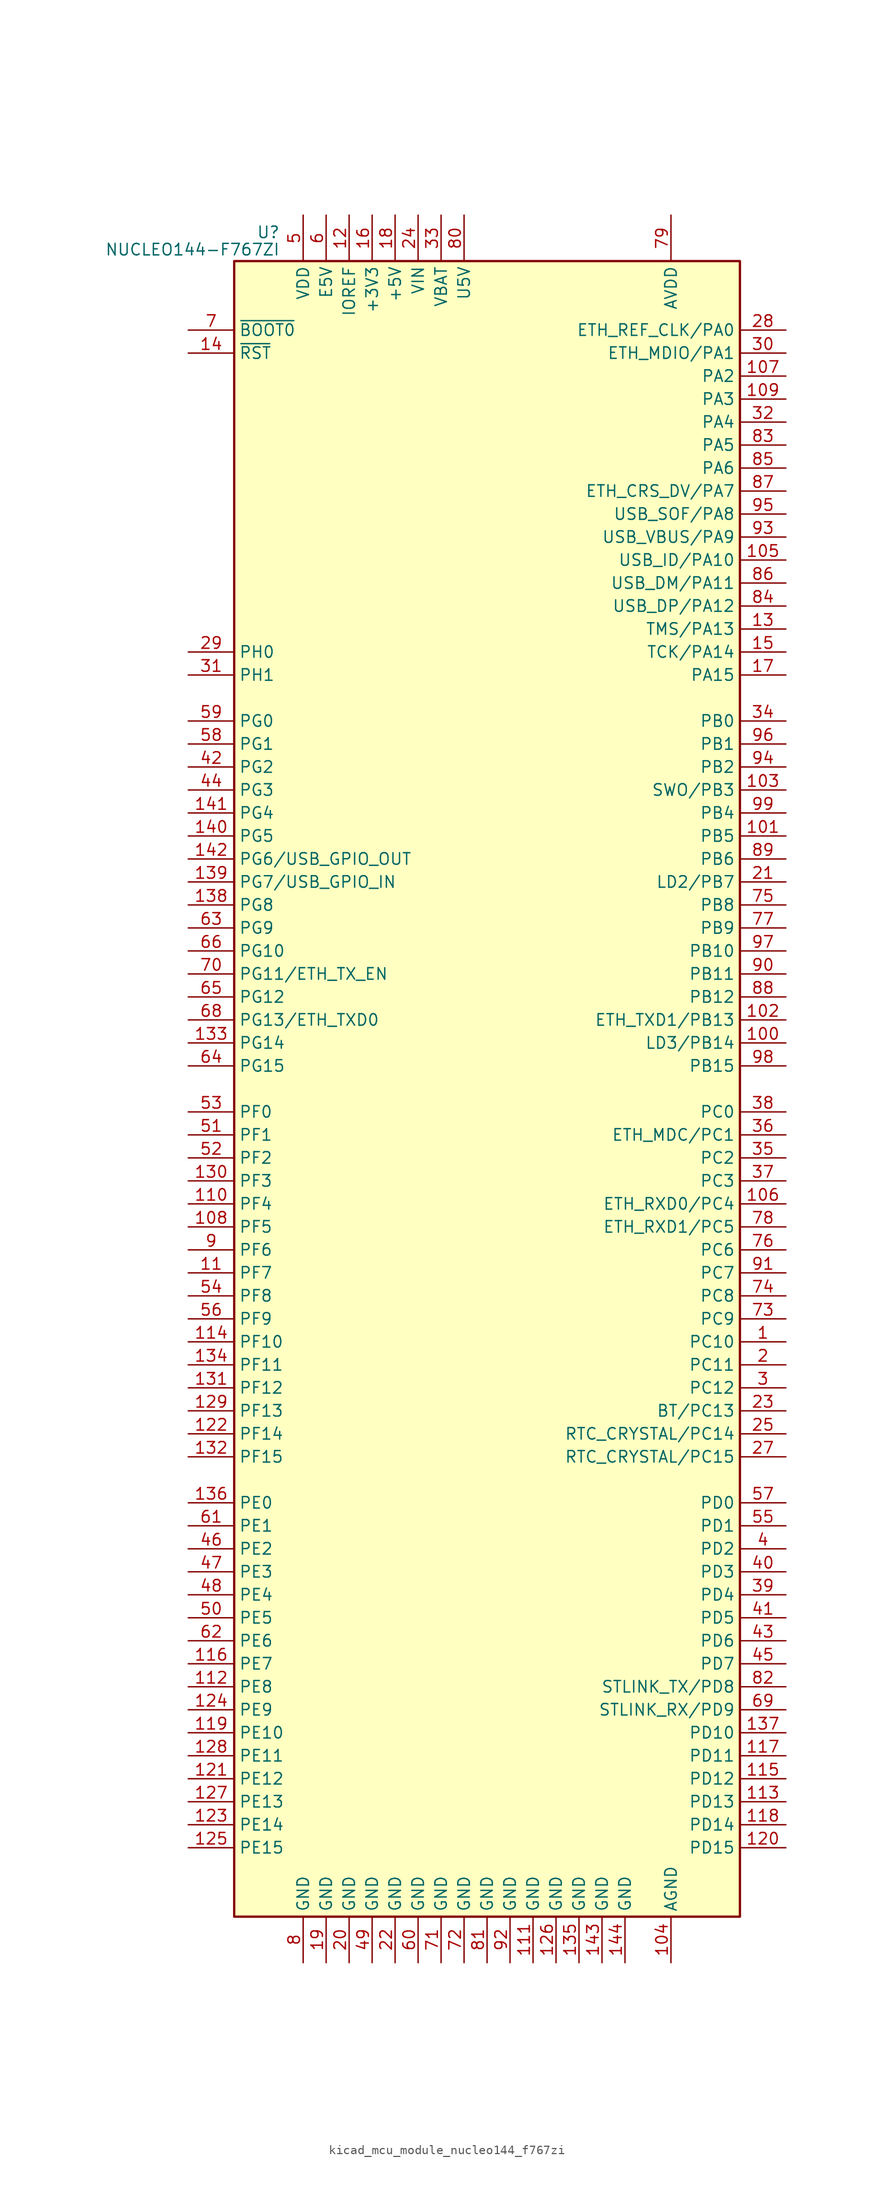
<source format=kicad_sym>
(kicad_symbol_lib
  (version 20220914)
  (generator kicad_symbol_editor)
  (symbol "kicad_mcu_module_nucleo144_f767zi"
    (property "Reference" "U"
      (at -22.86 94.615 0)
      (effects (font (size 1.27 1.27)) (justify right)))
    (property "Value" "NUCLEO144-F767ZI"
      (at -22.86 92.71 0)
      (effects (font (size 1.27 1.27)) (justify right)))
    (symbol "kicad_mcu_module_nucleo144_f767zi_0_1"
      (rectangle (start -27.94 -91.44) (end 27.94 91.44) (stroke (width 0.254) (type default)) (fill (type background))))
    (symbol "kicad_mcu_module_nucleo144_f767zi_1_1"
      (pin bidirectional line (at 33.02 -27.94 180) (length 5.08) (name "PC10" (effects (font (size 1.27 1.27)))) (number "1" (effects (font (size 1.27 1.27)))))
      (pin no_connect line (at -27.94 55.88 0) (length 5.08) hide (name "NC" (effects (font (size 1.27 1.27)))) (number "10" (effects (font (size 1.27 1.27)))))
      (pin bidirectional line (at 33.02 5.08 180) (length 5.08) (name "LD3/PB14" (effects (font (size 1.27 1.27)))) (number "100" (effects (font (size 1.27 1.27)))))
      (pin bidirectional line (at 33.02 27.94 180) (length 5.08) (name "PB5" (effects (font (size 1.27 1.27)))) (number "101" (effects (font (size 1.27 1.27)))))
      (pin bidirectional line (at 33.02 7.62 180) (length 5.08) (name "ETH_TXD1/PB13" (effects (font (size 1.27 1.27)))) (number "102" (effects (font (size 1.27 1.27)))))
      (pin bidirectional line (at 33.02 33.02 180) (length 5.08) (name "SWO/PB3" (effects (font (size 1.27 1.27)))) (number "103" (effects (font (size 1.27 1.27)))))
      (pin power_in line (at 20.32 -96.52 90) (length 5.08) (name "AGND" (effects (font (size 1.27 1.27)))) (number "104" (effects (font (size 1.27 1.27)))))
      (pin bidirectional line (at 33.02 58.42 180) (length 5.08) (name "USB_ID/PA10" (effects (font (size 1.27 1.27)))) (number "105" (effects (font (size 1.27 1.27)))))
      (pin bidirectional line (at 33.02 -12.7 180) (length 5.08) (name "ETH_RXD0/PC4" (effects (font (size 1.27 1.27)))) (number "106" (effects (font (size 1.27 1.27)))))
      (pin bidirectional line (at 33.02 78.74 180) (length 5.08) (name "PA2" (effects (font (size 1.27 1.27)))) (number "107" (effects (font (size 1.27 1.27)))))
      (pin bidirectional line (at -33.02 -15.24 0) (length 5.08) (name "PF5" (effects (font (size 1.27 1.27)))) (number "108" (effects (font (size 1.27 1.27)))))
      (pin bidirectional line (at 33.02 76.2 180) (length 5.08) (name "PA3" (effects (font (size 1.27 1.27)))) (number "109" (effects (font (size 1.27 1.27)))))
      (pin bidirectional line (at -33.02 -20.32 0) (length 5.08) (name "PF7" (effects (font (size 1.27 1.27)))) (number "11" (effects (font (size 1.27 1.27)))))
      (pin bidirectional line (at -33.02 -12.7 0) (length 5.08) (name "PF4" (effects (font (size 1.27 1.27)))) (number "110" (effects (font (size 1.27 1.27)))))
      (pin power_in line (at 5.08 -96.52 90) (length 5.08) (name "GND" (effects (font (size 1.27 1.27)))) (number "111" (effects (font (size 1.27 1.27)))))
      (pin bidirectional line (at -33.02 -66.04 0) (length 5.08) (name "PE8" (effects (font (size 1.27 1.27)))) (number "112" (effects (font (size 1.27 1.27)))))
      (pin bidirectional line (at 33.02 -78.74 180) (length 5.08) (name "PD13" (effects (font (size 1.27 1.27)))) (number "113" (effects (font (size 1.27 1.27)))))
      (pin bidirectional line (at -33.02 -27.94 0) (length 5.08) (name "PF10" (effects (font (size 1.27 1.27)))) (number "114" (effects (font (size 1.27 1.27)))))
      (pin bidirectional line (at 33.02 -76.2 180) (length 5.08) (name "PD12" (effects (font (size 1.27 1.27)))) (number "115" (effects (font (size 1.27 1.27)))))
      (pin bidirectional line (at -33.02 -63.5 0) (length 5.08) (name "PE7" (effects (font (size 1.27 1.27)))) (number "116" (effects (font (size 1.27 1.27)))))
      (pin bidirectional line (at 33.02 -73.66 180) (length 5.08) (name "PD11" (effects (font (size 1.27 1.27)))) (number "117" (effects (font (size 1.27 1.27)))))
      (pin bidirectional line (at 33.02 -81.28 180) (length 5.08) (name "PD14" (effects (font (size 1.27 1.27)))) (number "118" (effects (font (size 1.27 1.27)))))
      (pin bidirectional line (at -33.02 -71.12 0) (length 5.08) (name "PE10" (effects (font (size 1.27 1.27)))) (number "119" (effects (font (size 1.27 1.27)))))
      (pin power_in line (at -15.24 96.52 270) (length 5.08) (name "IOREF" (effects (font (size 1.27 1.27)))) (number "12" (effects (font (size 1.27 1.27)))))
      (pin bidirectional line (at 33.02 -83.82 180) (length 5.08) (name "PD15" (effects (font (size 1.27 1.27)))) (number "120" (effects (font (size 1.27 1.27)))))
      (pin bidirectional line (at -33.02 -76.2 0) (length 5.08) (name "PE12" (effects (font (size 1.27 1.27)))) (number "121" (effects (font (size 1.27 1.27)))))
      (pin bidirectional line (at -33.02 -38.1 0) (length 5.08) (name "PF14" (effects (font (size 1.27 1.27)))) (number "122" (effects (font (size 1.27 1.27)))))
      (pin bidirectional line (at -33.02 -81.28 0) (length 5.08) (name "PE14" (effects (font (size 1.27 1.27)))) (number "123" (effects (font (size 1.27 1.27)))))
      (pin bidirectional line (at -33.02 -68.58 0) (length 5.08) (name "PE9" (effects (font (size 1.27 1.27)))) (number "124" (effects (font (size 1.27 1.27)))))
      (pin bidirectional line (at -33.02 -83.82 0) (length 5.08) (name "PE15" (effects (font (size 1.27 1.27)))) (number "125" (effects (font (size 1.27 1.27)))))
      (pin power_in line (at 7.62 -96.52 90) (length 5.08) (name "GND" (effects (font (size 1.27 1.27)))) (number "126" (effects (font (size 1.27 1.27)))))
      (pin bidirectional line (at -33.02 -78.74 0) (length 5.08) (name "PE13" (effects (font (size 1.27 1.27)))) (number "127" (effects (font (size 1.27 1.27)))))
      (pin bidirectional line (at -33.02 -73.66 0) (length 5.08) (name "PE11" (effects (font (size 1.27 1.27)))) (number "128" (effects (font (size 1.27 1.27)))))
      (pin bidirectional line (at -33.02 -35.56 0) (length 5.08) (name "PF13" (effects (font (size 1.27 1.27)))) (number "129" (effects (font (size 1.27 1.27)))))
      (pin bidirectional line (at 33.02 50.8 180) (length 5.08) (name "TMS/PA13" (effects (font (size 1.27 1.27)))) (number "13" (effects (font (size 1.27 1.27)))))
      (pin bidirectional line (at -33.02 -10.16 0) (length 5.08) (name "PF3" (effects (font (size 1.27 1.27)))) (number "130" (effects (font (size 1.27 1.27)))))
      (pin bidirectional line (at -33.02 -33.02 0) (length 5.08) (name "PF12" (effects (font (size 1.27 1.27)))) (number "131" (effects (font (size 1.27 1.27)))))
      (pin bidirectional line (at -33.02 -40.64 0) (length 5.08) (name "PF15" (effects (font (size 1.27 1.27)))) (number "132" (effects (font (size 1.27 1.27)))))
      (pin bidirectional line (at -33.02 5.08 0) (length 5.08) (name "PG14" (effects (font (size 1.27 1.27)))) (number "133" (effects (font (size 1.27 1.27)))))
      (pin bidirectional line (at -33.02 -30.48 0) (length 5.08) (name "PF11" (effects (font (size 1.27 1.27)))) (number "134" (effects (font (size 1.27 1.27)))))
      (pin power_in line (at 10.16 -96.52 90) (length 5.08) (name "GND" (effects (font (size 1.27 1.27)))) (number "135" (effects (font (size 1.27 1.27)))))
      (pin bidirectional line (at -33.02 -45.72 0) (length 5.08) (name "PE0" (effects (font (size 1.27 1.27)))) (number "136" (effects (font (size 1.27 1.27)))))
      (pin bidirectional line (at 33.02 -71.12 180) (length 5.08) (name "PD10" (effects (font (size 1.27 1.27)))) (number "137" (effects (font (size 1.27 1.27)))))
      (pin bidirectional line (at -33.02 20.32 0) (length 5.08) (name "PG8" (effects (font (size 1.27 1.27)))) (number "138" (effects (font (size 1.27 1.27)))))
      (pin bidirectional line (at -33.02 22.86 0) (length 5.08) (name "PG7/USB_GPIO_IN" (effects (font (size 1.27 1.27)))) (number "139" (effects (font (size 1.27 1.27)))))
      (pin input line (at -33.02 81.28 0) (length 5.08) (name "~{RST}" (effects (font (size 1.27 1.27)))) (number "14" (effects (font (size 1.27 1.27)))))
      (pin bidirectional line (at -33.02 27.94 0) (length 5.08) (name "PG5" (effects (font (size 1.27 1.27)))) (number "140" (effects (font (size 1.27 1.27)))))
      (pin bidirectional line (at -33.02 30.48 0) (length 5.08) (name "PG4" (effects (font (size 1.27 1.27)))) (number "141" (effects (font (size 1.27 1.27)))))
      (pin bidirectional line (at -33.02 25.4 0) (length 5.08) (name "PG6/USB_GPIO_OUT" (effects (font (size 1.27 1.27)))) (number "142" (effects (font (size 1.27 1.27)))))
      (pin power_in line (at 12.7 -96.52 90) (length 5.08) (name "GND" (effects (font (size 1.27 1.27)))) (number "143" (effects (font (size 1.27 1.27)))))
      (pin power_in line (at 15.24 -96.52 90) (length 5.08) (name "GND" (effects (font (size 1.27 1.27)))) (number "144" (effects (font (size 1.27 1.27)))))
      (pin bidirectional line (at 33.02 48.26 180) (length 5.08) (name "TCK/PA14" (effects (font (size 1.27 1.27)))) (number "15" (effects (font (size 1.27 1.27)))))
      (pin power_in line (at -12.7 96.52 270) (length 5.08) (name "+3V3" (effects (font (size 1.27 1.27)))) (number "16" (effects (font (size 1.27 1.27)))))
      (pin bidirectional line (at 33.02 45.72 180) (length 5.08) (name "PA15" (effects (font (size 1.27 1.27)))) (number "17" (effects (font (size 1.27 1.27)))))
      (pin power_in line (at -10.16 96.52 270) (length 5.08) (name "+5V" (effects (font (size 1.27 1.27)))) (number "18" (effects (font (size 1.27 1.27)))))
      (pin power_in line (at -17.78 -96.52 90) (length 5.08) (name "GND" (effects (font (size 1.27 1.27)))) (number "19" (effects (font (size 1.27 1.27)))))
      (pin bidirectional line (at 33.02 -30.48 180) (length 5.08) (name "PC11" (effects (font (size 1.27 1.27)))) (number "2" (effects (font (size 1.27 1.27)))))
      (pin power_in line (at -15.24 -96.52 90) (length 5.08) (name "GND" (effects (font (size 1.27 1.27)))) (number "20" (effects (font (size 1.27 1.27)))))
      (pin bidirectional line (at 33.02 22.86 180) (length 5.08) (name "LD2/PB7" (effects (font (size 1.27 1.27)))) (number "21" (effects (font (size 1.27 1.27)))))
      (pin power_in line (at -10.16 -96.52 90) (length 5.08) (name "GND" (effects (font (size 1.27 1.27)))) (number "22" (effects (font (size 1.27 1.27)))))
      (pin bidirectional line (at 33.02 -35.56 180) (length 5.08) (name "BT/PC13" (effects (font (size 1.27 1.27)))) (number "23" (effects (font (size 1.27 1.27)))))
      (pin power_in line (at -7.62 96.52 270) (length 5.08) (name "VIN" (effects (font (size 1.27 1.27)))) (number "24" (effects (font (size 1.27 1.27)))))
      (pin bidirectional line (at 33.02 -38.1 180) (length 5.08) (name "RTC_CRYSTAL/PC14" (effects (font (size 1.27 1.27)))) (number "25" (effects (font (size 1.27 1.27)))))
      (pin no_connect line (at -27.94 58.42 0) (length 5.08) hide (name "NC" (effects (font (size 1.27 1.27)))) (number "26" (effects (font (size 1.27 1.27)))))
      (pin bidirectional line (at 33.02 -40.64 180) (length 5.08) (name "RTC_CRYSTAL/PC15" (effects (font (size 1.27 1.27)))) (number "27" (effects (font (size 1.27 1.27)))))
      (pin bidirectional line (at 33.02 83.82 180) (length 5.08) (name "ETH_REF_CLK/PA0" (effects (font (size 1.27 1.27)))) (number "28" (effects (font (size 1.27 1.27)))))
      (pin bidirectional line (at -33.02 48.26 0) (length 5.08) (name "PH0" (effects (font (size 1.27 1.27)))) (number "29" (effects (font (size 1.27 1.27)))))
      (pin bidirectional line (at 33.02 -33.02 180) (length 5.08) (name "PC12" (effects (font (size 1.27 1.27)))) (number "3" (effects (font (size 1.27 1.27)))))
      (pin bidirectional line (at 33.02 81.28 180) (length 5.08) (name "ETH_MDIO/PA1" (effects (font (size 1.27 1.27)))) (number "30" (effects (font (size 1.27 1.27)))))
      (pin bidirectional line (at -33.02 45.72 0) (length 5.08) (name "PH1" (effects (font (size 1.27 1.27)))) (number "31" (effects (font (size 1.27 1.27)))))
      (pin bidirectional line (at 33.02 73.66 180) (length 5.08) (name "PA4" (effects (font (size 1.27 1.27)))) (number "32" (effects (font (size 1.27 1.27)))))
      (pin power_in line (at -5.08 96.52 270) (length 5.08) (name "VBAT" (effects (font (size 1.27 1.27)))) (number "33" (effects (font (size 1.27 1.27)))))
      (pin bidirectional line (at 33.02 40.64 180) (length 5.08) (name "PB0" (effects (font (size 1.27 1.27)))) (number "34" (effects (font (size 1.27 1.27)))))
      (pin bidirectional line (at 33.02 -7.62 180) (length 5.08) (name "PC2" (effects (font (size 1.27 1.27)))) (number "35" (effects (font (size 1.27 1.27)))))
      (pin bidirectional line (at 33.02 -5.08 180) (length 5.08) (name "ETH_MDC/PC1" (effects (font (size 1.27 1.27)))) (number "36" (effects (font (size 1.27 1.27)))))
      (pin bidirectional line (at 33.02 -10.16 180) (length 5.08) (name "PC3" (effects (font (size 1.27 1.27)))) (number "37" (effects (font (size 1.27 1.27)))))
      (pin bidirectional line (at 33.02 -2.54 180) (length 5.08) (name "PC0" (effects (font (size 1.27 1.27)))) (number "38" (effects (font (size 1.27 1.27)))))
      (pin bidirectional line (at 33.02 -55.88 180) (length 5.08) (name "PD4" (effects (font (size 1.27 1.27)))) (number "39" (effects (font (size 1.27 1.27)))))
      (pin bidirectional line (at 33.02 -50.8 180) (length 5.08) (name "PD2" (effects (font (size 1.27 1.27)))) (number "4" (effects (font (size 1.27 1.27)))))
      (pin bidirectional line (at 33.02 -53.34 180) (length 5.08) (name "PD3" (effects (font (size 1.27 1.27)))) (number "40" (effects (font (size 1.27 1.27)))))
      (pin bidirectional line (at 33.02 -58.42 180) (length 5.08) (name "PD5" (effects (font (size 1.27 1.27)))) (number "41" (effects (font (size 1.27 1.27)))))
      (pin bidirectional line (at -33.02 35.56 0) (length 5.08) (name "PG2" (effects (font (size 1.27 1.27)))) (number "42" (effects (font (size 1.27 1.27)))))
      (pin bidirectional line (at 33.02 -60.96 180) (length 5.08) (name "PD6" (effects (font (size 1.27 1.27)))) (number "43" (effects (font (size 1.27 1.27)))))
      (pin bidirectional line (at -33.02 33.02 0) (length 5.08) (name "PG3" (effects (font (size 1.27 1.27)))) (number "44" (effects (font (size 1.27 1.27)))))
      (pin bidirectional line (at 33.02 -63.5 180) (length 5.08) (name "PD7" (effects (font (size 1.27 1.27)))) (number "45" (effects (font (size 1.27 1.27)))))
      (pin bidirectional line (at -33.02 -50.8 0) (length 5.08) (name "PE2" (effects (font (size 1.27 1.27)))) (number "46" (effects (font (size 1.27 1.27)))))
      (pin bidirectional line (at -33.02 -53.34 0) (length 5.08) (name "PE3" (effects (font (size 1.27 1.27)))) (number "47" (effects (font (size 1.27 1.27)))))
      (pin bidirectional line (at -33.02 -55.88 0) (length 5.08) (name "PE4" (effects (font (size 1.27 1.27)))) (number "48" (effects (font (size 1.27 1.27)))))
      (pin power_in line (at -12.7 -96.52 90) (length 5.08) (name "GND" (effects (font (size 1.27 1.27)))) (number "49" (effects (font (size 1.27 1.27)))))
      (pin power_in line (at -20.32 96.52 270) (length 5.08) (name "VDD" (effects (font (size 1.27 1.27)))) (number "5" (effects (font (size 1.27 1.27)))))
      (pin bidirectional line (at -33.02 -58.42 0) (length 5.08) (name "PE5" (effects (font (size 1.27 1.27)))) (number "50" (effects (font (size 1.27 1.27)))))
      (pin bidirectional line (at -33.02 -5.08 0) (length 5.08) (name "PF1" (effects (font (size 1.27 1.27)))) (number "51" (effects (font (size 1.27 1.27)))))
      (pin bidirectional line (at -33.02 -7.62 0) (length 5.08) (name "PF2" (effects (font (size 1.27 1.27)))) (number "52" (effects (font (size 1.27 1.27)))))
      (pin bidirectional line (at -33.02 -2.54 0) (length 5.08) (name "PF0" (effects (font (size 1.27 1.27)))) (number "53" (effects (font (size 1.27 1.27)))))
      (pin bidirectional line (at -33.02 -22.86 0) (length 5.08) (name "PF8" (effects (font (size 1.27 1.27)))) (number "54" (effects (font (size 1.27 1.27)))))
      (pin bidirectional line (at 33.02 -48.26 180) (length 5.08) (name "PD1" (effects (font (size 1.27 1.27)))) (number "55" (effects (font (size 1.27 1.27)))))
      (pin bidirectional line (at -33.02 -25.4 0) (length 5.08) (name "PF9" (effects (font (size 1.27 1.27)))) (number "56" (effects (font (size 1.27 1.27)))))
      (pin bidirectional line (at 33.02 -45.72 180) (length 5.08) (name "PD0" (effects (font (size 1.27 1.27)))) (number "57" (effects (font (size 1.27 1.27)))))
      (pin bidirectional line (at -33.02 38.1 0) (length 5.08) (name "PG1" (effects (font (size 1.27 1.27)))) (number "58" (effects (font (size 1.27 1.27)))))
      (pin bidirectional line (at -33.02 40.64 0) (length 5.08) (name "PG0" (effects (font (size 1.27 1.27)))) (number "59" (effects (font (size 1.27 1.27)))))
      (pin power_in line (at -17.78 96.52 270) (length 5.08) (name "E5V" (effects (font (size 1.27 1.27)))) (number "6" (effects (font (size 1.27 1.27)))))
      (pin power_in line (at -7.62 -96.52 90) (length 5.08) (name "GND" (effects (font (size 1.27 1.27)))) (number "60" (effects (font (size 1.27 1.27)))))
      (pin bidirectional line (at -33.02 -48.26 0) (length 5.08) (name "PE1" (effects (font (size 1.27 1.27)))) (number "61" (effects (font (size 1.27 1.27)))))
      (pin bidirectional line (at -33.02 -60.96 0) (length 5.08) (name "PE6" (effects (font (size 1.27 1.27)))) (number "62" (effects (font (size 1.27 1.27)))))
      (pin bidirectional line (at -33.02 17.78 0) (length 5.08) (name "PG9" (effects (font (size 1.27 1.27)))) (number "63" (effects (font (size 1.27 1.27)))))
      (pin bidirectional line (at -33.02 2.54 0) (length 5.08) (name "PG15" (effects (font (size 1.27 1.27)))) (number "64" (effects (font (size 1.27 1.27)))))
      (pin bidirectional line (at -33.02 10.16 0) (length 5.08) (name "PG12" (effects (font (size 1.27 1.27)))) (number "65" (effects (font (size 1.27 1.27)))))
      (pin bidirectional line (at -33.02 15.24 0) (length 5.08) (name "PG10" (effects (font (size 1.27 1.27)))) (number "66" (effects (font (size 1.27 1.27)))))
      (pin no_connect line (at -27.94 53.34 0) (length 5.08) hide (name "NC" (effects (font (size 1.27 1.27)))) (number "67" (effects (font (size 1.27 1.27)))))
      (pin bidirectional line (at -33.02 7.62 0) (length 5.08) (name "PG13/ETH_TXD0" (effects (font (size 1.27 1.27)))) (number "68" (effects (font (size 1.27 1.27)))))
      (pin bidirectional line (at 33.02 -68.58 180) (length 5.08) (name "STLINK_RX/PD9" (effects (font (size 1.27 1.27)))) (number "69" (effects (font (size 1.27 1.27)))))
      (pin input line (at -33.02 83.82 0) (length 5.08) (name "~{BOOT0}" (effects (font (size 1.27 1.27)))) (number "7" (effects (font (size 1.27 1.27)))))
      (pin bidirectional line (at -33.02 12.7 0) (length 5.08) (name "PG11/ETH_TX_EN" (effects (font (size 1.27 1.27)))) (number "70" (effects (font (size 1.27 1.27)))))
      (pin power_in line (at -5.08 -96.52 90) (length 5.08) (name "GND" (effects (font (size 1.27 1.27)))) (number "71" (effects (font (size 1.27 1.27)))))
      (pin power_in line (at -2.54 -96.52 90) (length 5.08) (name "GND" (effects (font (size 1.27 1.27)))) (number "72" (effects (font (size 1.27 1.27)))))
      (pin bidirectional line (at 33.02 -25.4 180) (length 5.08) (name "PC9" (effects (font (size 1.27 1.27)))) (number "73" (effects (font (size 1.27 1.27)))))
      (pin bidirectional line (at 33.02 -22.86 180) (length 5.08) (name "PC8" (effects (font (size 1.27 1.27)))) (number "74" (effects (font (size 1.27 1.27)))))
      (pin bidirectional line (at 33.02 20.32 180) (length 5.08) (name "PB8" (effects (font (size 1.27 1.27)))) (number "75" (effects (font (size 1.27 1.27)))))
      (pin bidirectional line (at 33.02 -17.78 180) (length 5.08) (name "PC6" (effects (font (size 1.27 1.27)))) (number "76" (effects (font (size 1.27 1.27)))))
      (pin bidirectional line (at 33.02 17.78 180) (length 5.08) (name "PB9" (effects (font (size 1.27 1.27)))) (number "77" (effects (font (size 1.27 1.27)))))
      (pin bidirectional line (at 33.02 -15.24 180) (length 5.08) (name "ETH_RXD1/PC5" (effects (font (size 1.27 1.27)))) (number "78" (effects (font (size 1.27 1.27)))))
      (pin power_in line (at 20.32 96.52 270) (length 5.08) (name "AVDD" (effects (font (size 1.27 1.27)))) (number "79" (effects (font (size 1.27 1.27)))))
      (pin power_in line (at -20.32 -96.52 90) (length 5.08) (name "GND" (effects (font (size 1.27 1.27)))) (number "8" (effects (font (size 1.27 1.27)))))
      (pin power_in line (at -2.54 96.52 270) (length 5.08) (name "U5V" (effects (font (size 1.27 1.27)))) (number "80" (effects (font (size 1.27 1.27)))))
      (pin power_in line (at 0 -96.52 90) (length 5.08) (name "GND" (effects (font (size 1.27 1.27)))) (number "81" (effects (font (size 1.27 1.27)))))
      (pin bidirectional line (at 33.02 -66.04 180) (length 5.08) (name "STLINK_TX/PD8" (effects (font (size 1.27 1.27)))) (number "82" (effects (font (size 1.27 1.27)))))
      (pin bidirectional line (at 33.02 71.12 180) (length 5.08) (name "PA5" (effects (font (size 1.27 1.27)))) (number "83" (effects (font (size 1.27 1.27)))))
      (pin bidirectional line (at 33.02 53.34 180) (length 5.08) (name "USB_DP/PA12" (effects (font (size 1.27 1.27)))) (number "84" (effects (font (size 1.27 1.27)))))
      (pin bidirectional line (at 33.02 68.58 180) (length 5.08) (name "PA6" (effects (font (size 1.27 1.27)))) (number "85" (effects (font (size 1.27 1.27)))))
      (pin bidirectional line (at 33.02 55.88 180) (length 5.08) (name "USB_DM/PA11" (effects (font (size 1.27 1.27)))) (number "86" (effects (font (size 1.27 1.27)))))
      (pin bidirectional line (at 33.02 66.04 180) (length 5.08) (name "ETH_CRS_DV/PA7" (effects (font (size 1.27 1.27)))) (number "87" (effects (font (size 1.27 1.27)))))
      (pin bidirectional line (at 33.02 10.16 180) (length 5.08) (name "PB12" (effects (font (size 1.27 1.27)))) (number "88" (effects (font (size 1.27 1.27)))))
      (pin bidirectional line (at 33.02 25.4 180) (length 5.08) (name "PB6" (effects (font (size 1.27 1.27)))) (number "89" (effects (font (size 1.27 1.27)))))
      (pin bidirectional line (at -33.02 -17.78 0) (length 5.08) (name "PF6" (effects (font (size 1.27 1.27)))) (number "9" (effects (font (size 1.27 1.27)))))
      (pin bidirectional line (at 33.02 12.7 180) (length 5.08) (name "PB11" (effects (font (size 1.27 1.27)))) (number "90" (effects (font (size 1.27 1.27)))))
      (pin bidirectional line (at 33.02 -20.32 180) (length 5.08) (name "PC7" (effects (font (size 1.27 1.27)))) (number "91" (effects (font (size 1.27 1.27)))))
      (pin power_in line (at 2.54 -96.52 90) (length 5.08) (name "GND" (effects (font (size 1.27 1.27)))) (number "92" (effects (font (size 1.27 1.27)))))
      (pin bidirectional line (at 33.02 60.96 180) (length 5.08) (name "USB_VBUS/PA9" (effects (font (size 1.27 1.27)))) (number "93" (effects (font (size 1.27 1.27)))))
      (pin bidirectional line (at 33.02 35.56 180) (length 5.08) (name "PB2" (effects (font (size 1.27 1.27)))) (number "94" (effects (font (size 1.27 1.27)))))
      (pin bidirectional line (at 33.02 63.5 180) (length 5.08) (name "USB_SOF/PA8" (effects (font (size 1.27 1.27)))) (number "95" (effects (font (size 1.27 1.27)))))
      (pin bidirectional line (at 33.02 38.1 180) (length 5.08) (name "PB1" (effects (font (size 1.27 1.27)))) (number "96" (effects (font (size 1.27 1.27)))))
      (pin bidirectional line (at 33.02 15.24 180) (length 5.08) (name "PB10" (effects (font (size 1.27 1.27)))) (number "97" (effects (font (size 1.27 1.27)))))
      (pin bidirectional line (at 33.02 2.54 180) (length 5.08) (name "PB15" (effects (font (size 1.27 1.27)))) (number "98" (effects (font (size 1.27 1.27)))))
      (pin bidirectional line (at 33.02 30.48 180) (length 5.08) (name "PB4" (effects (font (size 1.27 1.27)))) (number "99" (effects (font (size 1.27 1.27))))))))
</source>
